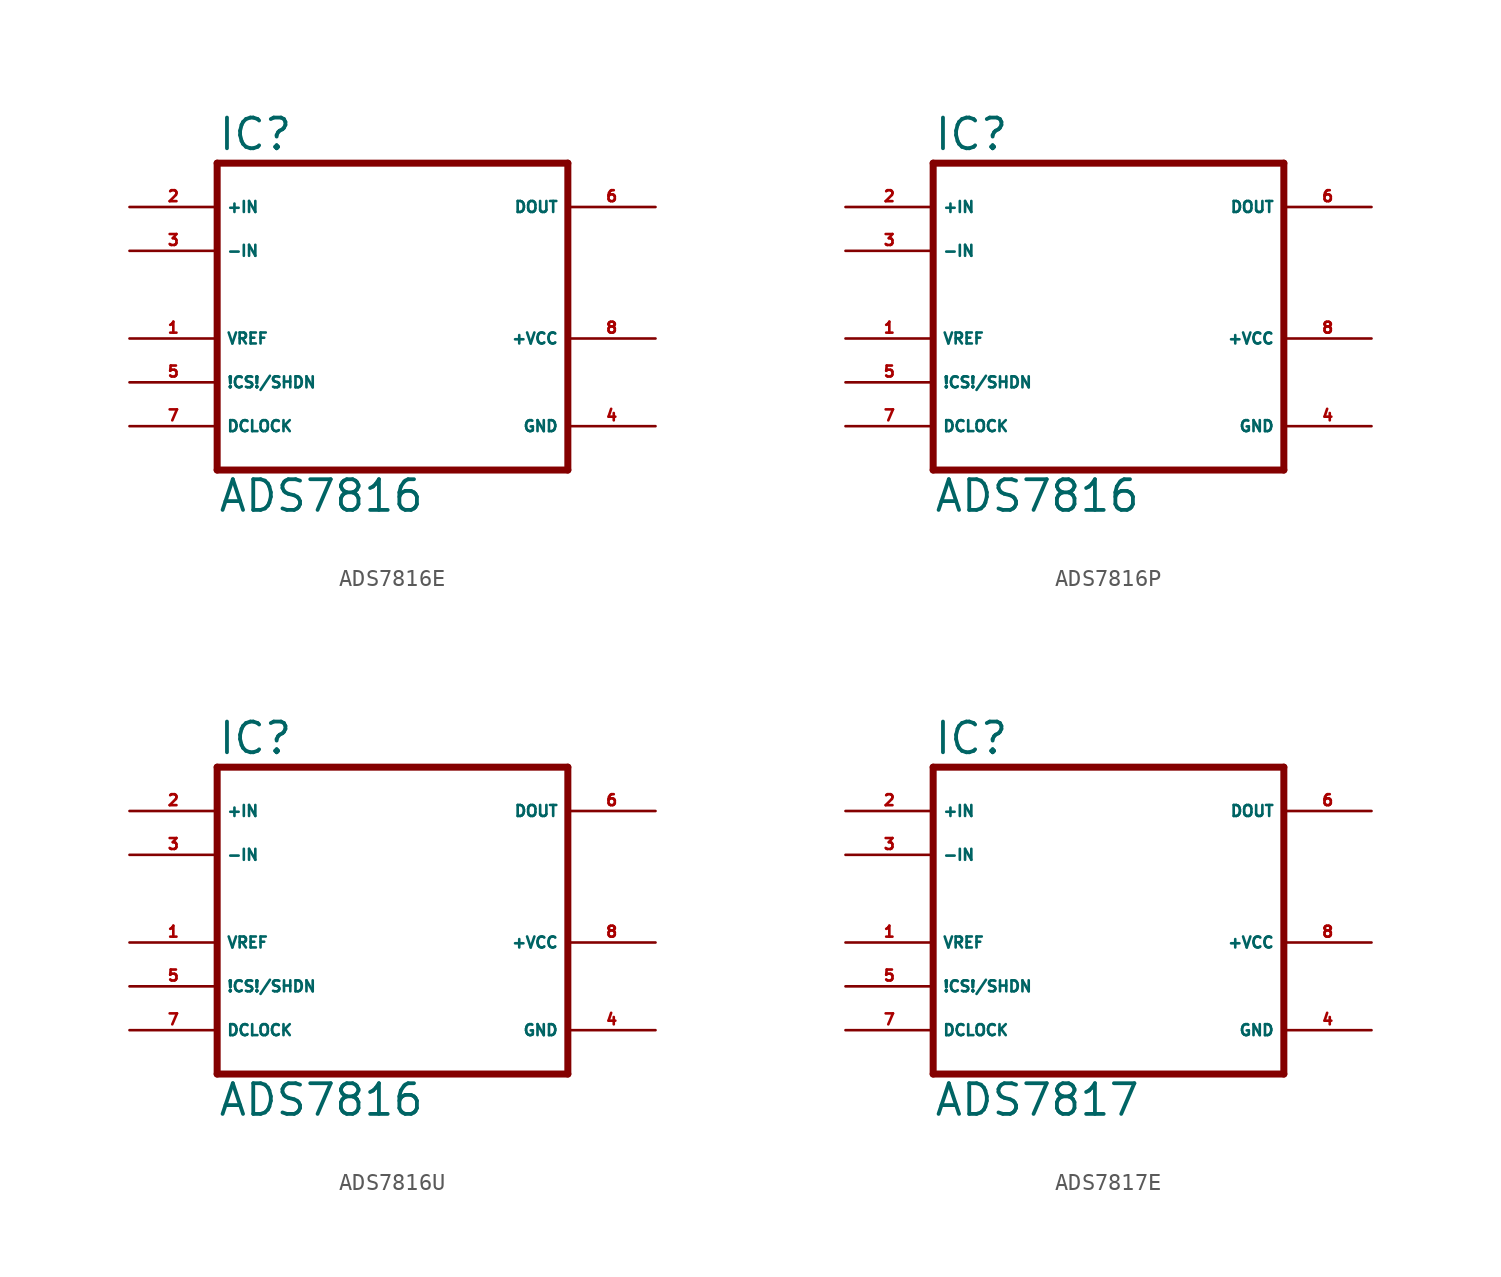
<source format=kicad_sym>
(kicad_symbol_lib
  (version 20220914)
  (generator Eagle2Kicad)
  (symbol "ADS7816E"
    (property "Reference" "IC"
      (at -10.16 10.795 0)
      (effects (font (size 1.778 1.778) (thickness 0.22)) (justify left bottom)))
    (property "Value" "ADS7816"
      (at -10.16 -10.16 0)
      (effects (font (size 1.778 1.778) (thickness 0.22)) (justify left bottom)))
    (polyline
      (pts (xy -10.16 -7.62) (xy 10.16 -7.62))
      (stroke (width 0.406) (type default))
      (fill (type none)))
    (polyline
      (pts (xy 10.16 -7.62) (xy 10.16 10.16))
      (stroke (width 0.406) (type default))
      (fill (type none)))
    (polyline
      (pts (xy 10.16 10.16) (xy -10.16 10.16))
      (stroke (width 0.406) (type default))
      (fill (type none)))
    (polyline
      (pts (xy -10.16 10.16) (xy -10.16 -7.62))
      (stroke (width 0.406) (type default))
      (fill (type none)))
    (pin input line
      (at -15.24 7.62 0)
      (length 5.08)
      (name "+IN" (effects (font (size 0.635 0.635) (thickness 0.08)) (justify left bottom)))
      (number "2" (effects (font (size 0.635 0.635) (thickness 0.08)) (justify left bottom))))
    (pin input line
      (at -15.24 5.08 0)
      (length 5.08)
      (name "-IN" (effects (font (size 0.635 0.635) (thickness 0.08)) (justify left bottom)))
      (number "3" (effects (font (size 0.635 0.635) (thickness 0.08)) (justify left bottom))))
    (pin input line
      (at -15.24 0 0)
      (length 5.08)
      (name "VREF" (effects (font (size 0.635 0.635) (thickness 0.08)) (justify left bottom)))
      (number "1" (effects (font (size 0.635 0.635) (thickness 0.08)) (justify left bottom))))
    (pin input line
      (at -15.24 -5.08 0)
      (length 5.08)
      (name "DCLOCK" (effects (font (size 0.635 0.635) (thickness 0.08)) (justify left bottom)))
      (number "7" (effects (font (size 0.635 0.635) (thickness 0.08)) (justify left bottom))))
    (pin input line
      (at -15.24 -2.54 0)
      (length 5.08)
      (name "!CS!/SHDN" (effects (font (size 0.635 0.635) (thickness 0.08)) (justify left bottom)))
      (number "5" (effects (font (size 0.635 0.635) (thickness 0.08)) (justify left bottom))))
    (pin output line
      (at 15.24 7.62 180)
      (length 5.08)
      (name "DOUT" (effects (font (size 0.635 0.635) (thickness 0.08)) (justify left bottom)))
      (number "6" (effects (font (size 0.635 0.635) (thickness 0.08)) (justify left bottom))))
    (pin unspecified line
      (at 15.24 0 180)
      (length 5.08)
      (name "+VCC" (effects (font (size 0.635 0.635) (thickness 0.08)) (justify left bottom)))
      (number "8" (effects (font (size 0.635 0.635) (thickness 0.08)) (justify left bottom))))
    (pin unspecified line
      (at 15.24 -5.08 180)
      (length 5.08)
      (name "GND" (effects (font (size 0.635 0.635) (thickness 0.08)) (justify left bottom)))
      (number "4" (effects (font (size 0.635 0.635) (thickness 0.08)) (justify left bottom)))))
  (symbol "ADS7816P"
    (property "Reference" "IC"
      (at -10.16 10.795 0)
      (effects (font (size 1.778 1.778) (thickness 0.22)) (justify left bottom)))
    (property "Value" "ADS7816"
      (at -10.16 -10.16 0)
      (effects (font (size 1.778 1.778) (thickness 0.22)) (justify left bottom)))
    (polyline
      (pts (xy -10.16 -7.62) (xy 10.16 -7.62))
      (stroke (width 0.406) (type default))
      (fill (type none)))
    (polyline
      (pts (xy 10.16 -7.62) (xy 10.16 10.16))
      (stroke (width 0.406) (type default))
      (fill (type none)))
    (polyline
      (pts (xy 10.16 10.16) (xy -10.16 10.16))
      (stroke (width 0.406) (type default))
      (fill (type none)))
    (polyline
      (pts (xy -10.16 10.16) (xy -10.16 -7.62))
      (stroke (width 0.406) (type default))
      (fill (type none)))
    (pin input line
      (at -15.24 7.62 0)
      (length 5.08)
      (name "+IN" (effects (font (size 0.635 0.635) (thickness 0.08)) (justify left bottom)))
      (number "2" (effects (font (size 0.635 0.635) (thickness 0.08)) (justify left bottom))))
    (pin input line
      (at -15.24 5.08 0)
      (length 5.08)
      (name "-IN" (effects (font (size 0.635 0.635) (thickness 0.08)) (justify left bottom)))
      (number "3" (effects (font (size 0.635 0.635) (thickness 0.08)) (justify left bottom))))
    (pin input line
      (at -15.24 0 0)
      (length 5.08)
      (name "VREF" (effects (font (size 0.635 0.635) (thickness 0.08)) (justify left bottom)))
      (number "1" (effects (font (size 0.635 0.635) (thickness 0.08)) (justify left bottom))))
    (pin input line
      (at -15.24 -5.08 0)
      (length 5.08)
      (name "DCLOCK" (effects (font (size 0.635 0.635) (thickness 0.08)) (justify left bottom)))
      (number "7" (effects (font (size 0.635 0.635) (thickness 0.08)) (justify left bottom))))
    (pin input line
      (at -15.24 -2.54 0)
      (length 5.08)
      (name "!CS!/SHDN" (effects (font (size 0.635 0.635) (thickness 0.08)) (justify left bottom)))
      (number "5" (effects (font (size 0.635 0.635) (thickness 0.08)) (justify left bottom))))
    (pin output line
      (at 15.24 7.62 180)
      (length 5.08)
      (name "DOUT" (effects (font (size 0.635 0.635) (thickness 0.08)) (justify left bottom)))
      (number "6" (effects (font (size 0.635 0.635) (thickness 0.08)) (justify left bottom))))
    (pin unspecified line
      (at 15.24 0 180)
      (length 5.08)
      (name "+VCC" (effects (font (size 0.635 0.635) (thickness 0.08)) (justify left bottom)))
      (number "8" (effects (font (size 0.635 0.635) (thickness 0.08)) (justify left bottom))))
    (pin unspecified line
      (at 15.24 -5.08 180)
      (length 5.08)
      (name "GND" (effects (font (size 0.635 0.635) (thickness 0.08)) (justify left bottom)))
      (number "4" (effects (font (size 0.635 0.635) (thickness 0.08)) (justify left bottom)))))
  (symbol "ADS7816U"
    (property "Reference" "IC"
      (at -10.16 10.795 0)
      (effects (font (size 1.778 1.778) (thickness 0.22)) (justify left bottom)))
    (property "Value" "ADS7816"
      (at -10.16 -10.16 0)
      (effects (font (size 1.778 1.778) (thickness 0.22)) (justify left bottom)))
    (polyline
      (pts (xy -10.16 -7.62) (xy 10.16 -7.62))
      (stroke (width 0.406) (type default))
      (fill (type none)))
    (polyline
      (pts (xy 10.16 -7.62) (xy 10.16 10.16))
      (stroke (width 0.406) (type default))
      (fill (type none)))
    (polyline
      (pts (xy 10.16 10.16) (xy -10.16 10.16))
      (stroke (width 0.406) (type default))
      (fill (type none)))
    (polyline
      (pts (xy -10.16 10.16) (xy -10.16 -7.62))
      (stroke (width 0.406) (type default))
      (fill (type none)))
    (pin input line
      (at -15.24 7.62 0)
      (length 5.08)
      (name "+IN" (effects (font (size 0.635 0.635) (thickness 0.08)) (justify left bottom)))
      (number "2" (effects (font (size 0.635 0.635) (thickness 0.08)) (justify left bottom))))
    (pin input line
      (at -15.24 5.08 0)
      (length 5.08)
      (name "-IN" (effects (font (size 0.635 0.635) (thickness 0.08)) (justify left bottom)))
      (number "3" (effects (font (size 0.635 0.635) (thickness 0.08)) (justify left bottom))))
    (pin input line
      (at -15.24 0 0)
      (length 5.08)
      (name "VREF" (effects (font (size 0.635 0.635) (thickness 0.08)) (justify left bottom)))
      (number "1" (effects (font (size 0.635 0.635) (thickness 0.08)) (justify left bottom))))
    (pin input line
      (at -15.24 -5.08 0)
      (length 5.08)
      (name "DCLOCK" (effects (font (size 0.635 0.635) (thickness 0.08)) (justify left bottom)))
      (number "7" (effects (font (size 0.635 0.635) (thickness 0.08)) (justify left bottom))))
    (pin input line
      (at -15.24 -2.54 0)
      (length 5.08)
      (name "!CS!/SHDN" (effects (font (size 0.635 0.635) (thickness 0.08)) (justify left bottom)))
      (number "5" (effects (font (size 0.635 0.635) (thickness 0.08)) (justify left bottom))))
    (pin output line
      (at 15.24 7.62 180)
      (length 5.08)
      (name "DOUT" (effects (font (size 0.635 0.635) (thickness 0.08)) (justify left bottom)))
      (number "6" (effects (font (size 0.635 0.635) (thickness 0.08)) (justify left bottom))))
    (pin unspecified line
      (at 15.24 0 180)
      (length 5.08)
      (name "+VCC" (effects (font (size 0.635 0.635) (thickness 0.08)) (justify left bottom)))
      (number "8" (effects (font (size 0.635 0.635) (thickness 0.08)) (justify left bottom))))
    (pin unspecified line
      (at 15.24 -5.08 180)
      (length 5.08)
      (name "GND" (effects (font (size 0.635 0.635) (thickness 0.08)) (justify left bottom)))
      (number "4" (effects (font (size 0.635 0.635) (thickness 0.08)) (justify left bottom)))))
  (symbol "ADS7817E"
    (property "Reference" "IC"
      (at -10.16 10.795 0)
      (effects (font (size 1.778 1.778) (thickness 0.22)) (justify left bottom)))
    (property "Value" "ADS7817"
      (at -10.16 -10.16 0)
      (effects (font (size 1.778 1.778) (thickness 0.22)) (justify left bottom)))
    (polyline
      (pts (xy -10.16 -7.62) (xy 10.16 -7.62))
      (stroke (width 0.406) (type default))
      (fill (type none)))
    (polyline
      (pts (xy 10.16 -7.62) (xy 10.16 10.16))
      (stroke (width 0.406) (type default))
      (fill (type none)))
    (polyline
      (pts (xy 10.16 10.16) (xy -10.16 10.16))
      (stroke (width 0.406) (type default))
      (fill (type none)))
    (polyline
      (pts (xy -10.16 10.16) (xy -10.16 -7.62))
      (stroke (width 0.406) (type default))
      (fill (type none)))
    (pin input line
      (at -15.24 7.62 0)
      (length 5.08)
      (name "+IN" (effects (font (size 0.635 0.635) (thickness 0.08)) (justify left bottom)))
      (number "2" (effects (font (size 0.635 0.635) (thickness 0.08)) (justify left bottom))))
    (pin input line
      (at -15.24 5.08 0)
      (length 5.08)
      (name "-IN" (effects (font (size 0.635 0.635) (thickness 0.08)) (justify left bottom)))
      (number "3" (effects (font (size 0.635 0.635) (thickness 0.08)) (justify left bottom))))
    (pin input line
      (at -15.24 0 0)
      (length 5.08)
      (name "VREF" (effects (font (size 0.635 0.635) (thickness 0.08)) (justify left bottom)))
      (number "1" (effects (font (size 0.635 0.635) (thickness 0.08)) (justify left bottom))))
    (pin input line
      (at -15.24 -5.08 0)
      (length 5.08)
      (name "DCLOCK" (effects (font (size 0.635 0.635) (thickness 0.08)) (justify left bottom)))
      (number "7" (effects (font (size 0.635 0.635) (thickness 0.08)) (justify left bottom))))
    (pin input line
      (at -15.24 -2.54 0)
      (length 5.08)
      (name "!CS!/SHDN" (effects (font (size 0.635 0.635) (thickness 0.08)) (justify left bottom)))
      (number "5" (effects (font (size 0.635 0.635) (thickness 0.08)) (justify left bottom))))
    (pin output line
      (at 15.24 7.62 180)
      (length 5.08)
      (name "DOUT" (effects (font (size 0.635 0.635) (thickness 0.08)) (justify left bottom)))
      (number "6" (effects (font (size 0.635 0.635) (thickness 0.08)) (justify left bottom))))
    (pin unspecified line
      (at 15.24 0 180)
      (length 5.08)
      (name "+VCC" (effects (font (size 0.635 0.635) (thickness 0.08)) (justify left bottom)))
      (number "8" (effects (font (size 0.635 0.635) (thickness 0.08)) (justify left bottom))))
    (pin unspecified line
      (at 15.24 -5.08 180)
      (length 5.08)
      (name "GND" (effects (font (size 0.635 0.635) (thickness 0.08)) (justify left bottom)))
      (number "4" (effects (font (size 0.635 0.635) (thickness 0.08)) (justify left bottom))))))
</source>
